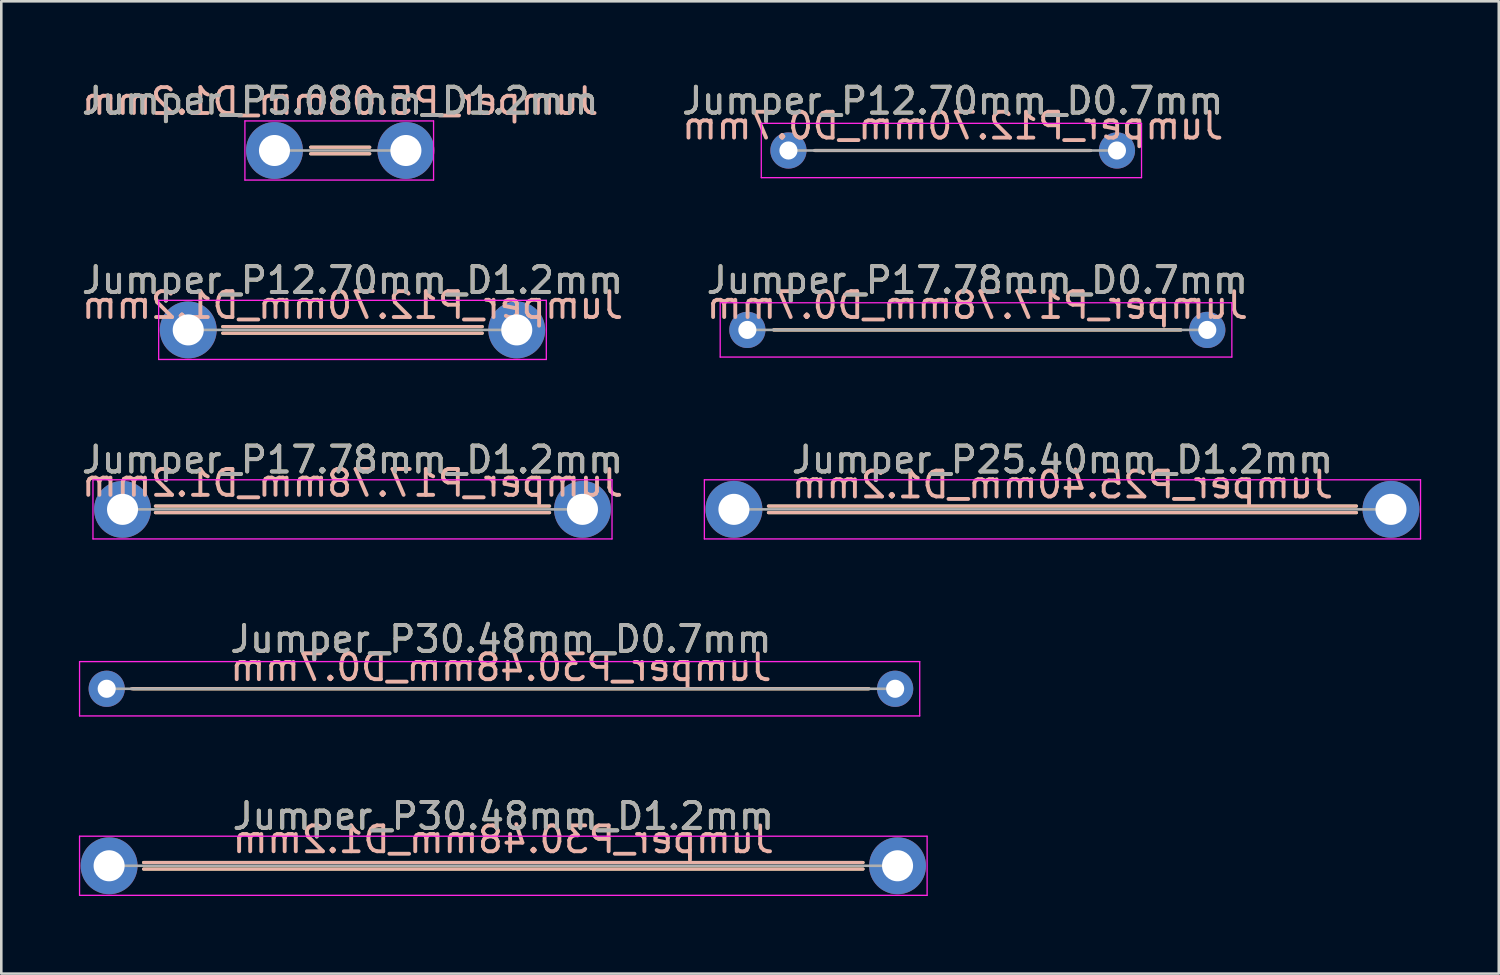
<source format=kicad_pcb>
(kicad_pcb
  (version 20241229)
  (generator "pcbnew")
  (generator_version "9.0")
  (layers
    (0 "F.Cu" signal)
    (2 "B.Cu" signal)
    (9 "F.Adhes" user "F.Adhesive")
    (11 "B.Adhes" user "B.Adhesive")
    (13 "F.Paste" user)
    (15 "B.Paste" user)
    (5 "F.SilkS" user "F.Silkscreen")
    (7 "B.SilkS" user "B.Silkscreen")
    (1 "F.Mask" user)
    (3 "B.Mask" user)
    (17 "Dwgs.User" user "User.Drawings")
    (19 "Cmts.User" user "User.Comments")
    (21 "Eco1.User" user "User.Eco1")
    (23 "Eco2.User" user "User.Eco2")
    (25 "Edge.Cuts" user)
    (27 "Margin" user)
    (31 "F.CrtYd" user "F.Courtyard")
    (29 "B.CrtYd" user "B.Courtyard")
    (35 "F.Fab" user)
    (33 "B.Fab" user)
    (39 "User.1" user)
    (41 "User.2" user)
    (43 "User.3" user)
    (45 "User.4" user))
  (footprint "Jumper_P30.48mm_D0.7mm"
    (layer "F.Cu")
    (at 1.075 23.577)
    (property "Reference" "Jumper_P30.48mm_D0.7mm" (at 15.24 -1.92 0) (layer "F.SilkS") (effects (font (size 1 1) (thickness 0.15))))
    (fp_line (start 1.016 0) (end 29.464 0) (stroke (width 0.12) (type solid)) (layer "F.SilkS"))
    (fp_line (start 29.464 0) (end 0.953 0) (stroke (width 0.12) (type solid)) (layer "B.SilkS"))
    (fp_line (start -1.05 -1.05) (end -1.05 1.05) (stroke (width 0.05) (type solid)) (layer "F.CrtYd"))
    (fp_line (start -1.05 1.05) (end 31.43 1.05) (stroke (width 0.05) (type solid)) (layer "F.CrtYd"))
    (fp_line (start 31.43 -1.05) (end -1.05 -1.05) (stroke (width 0.05) (type solid)) (layer "F.CrtYd"))
    (fp_line (start 31.43 1.05) (end 31.43 -1.05) (stroke (width 0.05) (type solid)) (layer "F.CrtYd"))
    (fp_line (start 0 0) (end 30.48 0) (stroke (width 0.1) (type solid)) (layer "F.Fab"))
    (fp_text user "${REFERENCE}" (at 15.24 -0.826 0) (layer "B.SilkS") (effects (font (size 1 1) (thickness 0.15)) (justify mirror)))
    (fp_text user "${REFERENCE}" (at 15.24 -1.92 0) (layer "F.Fab") (effects (font (size 1 1) (thickness 0.15))))
    (pad "1" thru_hole circle (at 0 0) (size 1.4 1.4) (drill 0.7) (layers "*.Cu" "*.Mask"))
    (pad "2" thru_hole oval (at 30.48 0) (size 1.4 1.4) (drill 0.7) (layers "*.Cu" "*.Mask")))
  (footprint "Jumper_P5.08mm_D1.2mm"
    (layer "F.Cu")
    (at 7.561 2.768)
    (property "Reference" "Jumper_P5.08mm_D1.2mm" (at 2.54 -1.92 0) (layer "F.SilkS") (effects (font (size 1 1) (thickness 0.15))))
    (fp_line (start 1.397 -0.127) (end 3.683 -0.127) (stroke (width 0.12) (type solid)) (layer "F.SilkS"))
    (fp_line (start 1.397 0.127) (end 3.683 0.127) (stroke (width 0.12) (type solid)) (layer "F.SilkS"))
    (fp_line (start 1.397 0.127) (end 3.683 0.127) (stroke (width 0.12) (type solid)) (layer "B.SilkS"))
    (fp_line (start 3.683 -0.127) (end 1.397 -0.127) (stroke (width 0.12) (type solid)) (layer "B.SilkS"))
    (fp_line (start -1.143 -1.143) (end -1.143 1.143) (stroke (width 0.05) (type solid)) (layer "F.CrtYd"))
    (fp_line (start -1.143 1.143) (end 6.15 1.143) (stroke (width 0.05) (type solid)) (layer "F.CrtYd"))
    (fp_line (start 6.15 -1.143) (end -1.143 -1.143) (stroke (width 0.05) (type solid)) (layer "F.CrtYd"))
    (fp_line (start 6.15 1.143) (end 6.15 -1.143) (stroke (width 0.05) (type solid)) (layer "F.CrtYd"))
    (fp_line (start 0 0) (end 5.08 0) (stroke (width 0.1) (type solid)) (layer "F.Fab"))
    (fp_text user "${REFERENCE}" (at 2.54 -1.905 0) (layer "B.SilkS") (effects (font (size 1 1) (thickness 0.15)) (justify mirror)))
    (fp_text user "${REFERENCE}" (at 2.54 -1.92 0) (layer "F.Fab") (effects (font (size 1 1) (thickness 0.15))))
    (pad "1" thru_hole circle (at 0 0) (size 2.2 2.2) (drill 1.2) (layers "*.Cu" "*.Mask"))
    (pad "2" thru_hole circle (at 5.08 0) (size 2.2 2.2) (drill 1.2) (layers "*.Cu" "*.Mask")))
  (footprint "Jumper_P12.70mm_D0.7mm"
    (layer "F.Cu")
    (at 27.43 2.768)
    (property "Reference" "Jumper_P12.70mm_D0.7mm" (at 6.35 -1.92 0) (layer "F.SilkS") (effects (font (size 1 1) (thickness 0.15))))
    (fp_line (start 1.016 0) (end 11.684 0) (stroke (width 0.12) (type solid)) (layer "F.SilkS"))
    (fp_line (start 11.684 0) (end 1.016 0) (stroke (width 0.12) (type solid)) (layer "B.SilkS"))
    (fp_line (start -1.05 -1.05) (end -1.05 1.05) (stroke (width 0.05) (type solid)) (layer "F.CrtYd"))
    (fp_line (start -1.05 1.05) (end 13.65 1.05) (stroke (width 0.05) (type solid)) (layer "F.CrtYd"))
    (fp_line (start 13.65 -1.05) (end -1.05 -1.05) (stroke (width 0.05) (type solid)) (layer "F.CrtYd"))
    (fp_line (start 13.65 1.05) (end 13.65 -1.05) (stroke (width 0.05) (type solid)) (layer "F.CrtYd"))
    (fp_line (start 0 0) (end 12.7 0) (stroke (width 0.1) (type solid)) (layer "F.Fab"))
    (fp_text user "${REFERENCE}" (at 6.35 -0.953 0) (layer "B.SilkS") (effects (font (size 1 1) (thickness 0.15)) (justify mirror)))
    (fp_text user "${REFERENCE}" (at 6.35 -1.92 0) (layer "F.Fab") (effects (font (size 1 1) (thickness 0.15))))
    (pad "1" thru_hole circle (at 0 0) (size 1.4 1.4) (drill 0.7) (layers "*.Cu" "*.Mask"))
    (pad "2" thru_hole oval (at 12.7 0) (size 1.4 1.4) (drill 0.7) (layers "*.Cu" "*.Mask")))
  (footprint "Jumper_P12.70mm_D1.2mm"
    (layer "F.Cu")
    (at 4.227 9.704)
    (property "Reference" "Jumper_P12.70mm_D1.2mm" (at 6.35 -1.92 0) (layer "F.SilkS") (effects (font (size 1 1) (thickness 0.15))))
    (fp_line (start 1.333 -0.127) (end 11.367 -0.127) (stroke (width 0.12) (type solid)) (layer "F.SilkS"))
    (fp_line (start 1.333 0.127) (end 11.367 0.127) (stroke (width 0.12) (type solid)) (layer "F.SilkS"))
    (fp_line (start 1.333 0.127) (end 11.367 0.127) (stroke (width 0.12) (type solid)) (layer "B.SilkS"))
    (fp_line (start 11.367 -0.127) (end 1.333 -0.127) (stroke (width 0.12) (type solid)) (layer "B.SilkS"))
    (fp_line (start -1.143 -1.143) (end -1.143 1.143) (stroke (width 0.05) (type solid)) (layer "F.CrtYd"))
    (fp_line (start -1.143 1.143) (end 13.843 1.143) (stroke (width 0.05) (type solid)) (layer "F.CrtYd"))
    (fp_line (start 13.843 -1.143) (end -1.143 -1.143) (stroke (width 0.05) (type solid)) (layer "F.CrtYd"))
    (fp_line (start 13.843 1.143) (end 13.843 -1.143) (stroke (width 0.05) (type solid)) (layer "F.CrtYd"))
    (fp_line (start 0 0) (end 12.7 0) (stroke (width 0.1) (type solid)) (layer "F.Fab"))
    (fp_text user "${REFERENCE}" (at 6.35 -0.953 0) (layer "B.SilkS") (effects (font (size 1 1) (thickness 0.15)) (justify mirror)))
    (fp_text user "${REFERENCE}" (at 6.35 -1.92 0) (layer "F.Fab") (effects (font (size 1 1) (thickness 0.15))))
    (pad "1" thru_hole circle (at 0 0) (size 2.2 2.2) (drill 1.2) (layers "*.Cu" "*.Mask"))
    (pad "2" thru_hole oval (at 12.7 0) (size 2.2 2.2) (drill 1.2) (layers "*.Cu" "*.Mask")))
  (footprint "Jumper_P30.48mm_D1.2mm"
    (layer "F.Cu")
    (at 1.168 30.42)
    (property "Reference" "Jumper_P30.48mm_D1.2mm" (at 15.24 -1.92 0) (layer "F.SilkS") (effects (font (size 1 1) (thickness 0.15))))
    (fp_line (start 1.333 -0.127) (end 29.146 -0.127) (stroke (width 0.12) (type solid)) (layer "F.SilkS"))
    (fp_line (start 1.333 0.127) (end 29.146 0.127) (stroke (width 0.12) (type solid)) (layer "F.SilkS"))
    (fp_line (start 1.333 0.127) (end 29.146 0.127) (stroke (width 0.12) (type solid)) (layer "B.SilkS"))
    (fp_line (start 29.146 -0.127) (end 1.333 -0.127) (stroke (width 0.12) (type solid)) (layer "B.SilkS"))
    (fp_line (start -1.143 -1.143) (end -1.143 1.143) (stroke (width 0.05) (type solid)) (layer "F.CrtYd"))
    (fp_line (start -1.143 1.143) (end 31.623 1.143) (stroke (width 0.05) (type solid)) (layer "F.CrtYd"))
    (fp_line (start 31.623 -1.143) (end -1.143 -1.143) (stroke (width 0.05) (type solid)) (layer "F.CrtYd"))
    (fp_line (start 31.623 1.143) (end 31.623 -1.143) (stroke (width 0.05) (type solid)) (layer "F.CrtYd"))
    (fp_line (start 0 0) (end 30.48 0) (stroke (width 0.1) (type solid)) (layer "F.Fab"))
    (fp_text user "${REFERENCE}" (at 15.24 -1.016 0) (layer "B.SilkS") (effects (font (size 1 1) (thickness 0.15)) (justify mirror)))
    (fp_text user "${REFERENCE}" (at 15.24 -1.92 0) (layer "F.Fab") (effects (font (size 1 1) (thickness 0.15))))
    (pad "1" thru_hole circle (at 0 0) (size 2.2 2.2) (drill 1.2) (layers "*.Cu" "*.Mask"))
    (pad "2" thru_hole oval (at 30.48 0) (size 2.2 2.2) (drill 1.2) (layers "*.Cu" "*.Mask")))
  (footprint "Jumper_P25.40mm_D1.2mm"
    (layer "F.Cu")
    (at 25.323 16.641)
    (property "Reference" "Jumper_P25.40mm_D1.2mm" (at 12.7 -1.92 0) (layer "F.SilkS") (effects (font (size 1 1) (thickness 0.15))))
    (fp_line (start 1.333 -0.127) (end 24.067 -0.127) (stroke (width 0.12) (type solid)) (layer "F.SilkS"))
    (fp_line (start 1.333 0.127) (end 24.067 0.127) (stroke (width 0.12) (type solid)) (layer "F.SilkS"))
    (fp_line (start 1.333 0.127) (end 24.067 0.127) (stroke (width 0.12) (type solid)) (layer "B.SilkS"))
    (fp_line (start 24.067 -0.127) (end 1.333 -0.127) (stroke (width 0.12) (type solid)) (layer "B.SilkS"))
    (fp_line (start -1.143 -1.143) (end -1.143 1.143) (stroke (width 0.05) (type solid)) (layer "F.CrtYd"))
    (fp_line (start -1.143 1.143) (end 26.543 1.143) (stroke (width 0.05) (type solid)) (layer "F.CrtYd"))
    (fp_line (start 26.543 -1.143) (end -1.143 -1.143) (stroke (width 0.05) (type solid)) (layer "F.CrtYd"))
    (fp_line (start 26.543 1.143) (end 26.543 -1.143) (stroke (width 0.05) (type solid)) (layer "F.CrtYd"))
    (fp_line (start 0 0) (end 25.4 0) (stroke (width 0.1) (type solid)) (layer "F.Fab"))
    (fp_text user "${REFERENCE}" (at 12.7 -0.953 0) (layer "B.SilkS") (effects (font (size 1 1) (thickness 0.15)) (justify mirror)))
    (fp_text user "${REFERENCE}" (at 12.7 -1.92 0) (layer "F.Fab") (effects (font (size 1 1) (thickness 0.15))))
    (pad "1" thru_hole circle (at 0 0) (size 2.2 2.2) (drill 1.2) (layers "*.Cu" "*.Mask"))
    (pad "2" thru_hole oval (at 25.4 0) (size 2.2 2.2) (drill 1.2) (layers "*.Cu" "*.Mask")))
  (footprint "Jumper_P17.78mm_D0.7mm"
    (layer "F.Cu")
    (at 25.842 9.704)
    (property "Reference" "Jumper_P17.78mm_D0.7mm" (at 8.89 -1.92 0) (layer "F.SilkS") (effects (font (size 1 1) (thickness 0.15))))
    (fp_line (start 1.016 0) (end 16.764 0) (stroke (width 0.12) (type solid)) (layer "F.SilkS"))
    (fp_line (start 1.016 0) (end 16.764 0) (stroke (width 0.12) (type solid)) (layer "B.SilkS"))
    (fp_line (start -1.05 -1.05) (end -1.05 1.05) (stroke (width 0.05) (type solid)) (layer "F.CrtYd"))
    (fp_line (start -1.05 1.05) (end 18.73 1.05) (stroke (width 0.05) (type solid)) (layer "F.CrtYd"))
    (fp_line (start 18.73 -1.05) (end -1.05 -1.05) (stroke (width 0.05) (type solid)) (layer "F.CrtYd"))
    (fp_line (start 18.73 1.05) (end 18.73 -1.05) (stroke (width 0.05) (type solid)) (layer "F.CrtYd"))
    (fp_line (start 0 0) (end 17.78 0) (stroke (width 0.1) (type solid)) (layer "F.Fab"))
    (fp_text user "${REFERENCE}" (at 8.89 -0.953 0) (layer "B.SilkS") (effects (font (size 1 1) (thickness 0.15)) (justify mirror)))
    (fp_text user "${REFERENCE}" (at 8.89 -1.92 0) (layer "F.Fab") (effects (font (size 1 1) (thickness 0.15))))
    (pad "1" thru_hole circle (at 0 0) (size 1.4 1.4) (drill 0.7) (layers "*.Cu" "*.Mask"))
    (pad "2" thru_hole oval (at 17.78 0) (size 1.4 1.4) (drill 0.7) (layers "*.Cu" "*.Mask")))
  (footprint "Jumper_P17.78mm_D1.2mm"
    (layer "F.Cu")
    (at 1.687 16.641)
    (property "Reference" "Jumper_P17.78mm_D1.2mm" (at 8.89 -1.92 0) (layer "F.SilkS") (effects (font (size 1 1) (thickness 0.15))))
    (fp_line (start 1.27 -0.127) (end 16.51 -0.127) (stroke (width 0.12) (type solid)) (layer "F.SilkS"))
    (fp_line (start 1.27 0.127) (end 16.51 0.127) (stroke (width 0.12) (type solid)) (layer "F.SilkS"))
    (fp_line (start 1.27 0.127) (end 16.51 0.127) (stroke (width 0.12) (type solid)) (layer "B.SilkS"))
    (fp_line (start 16.51 -0.127) (end 1.27 -0.127) (stroke (width 0.12) (type solid)) (layer "B.SilkS"))
    (fp_line (start -1.143 -1.143) (end -1.143 1.143) (stroke (width 0.05) (type solid)) (layer "F.CrtYd"))
    (fp_line (start -1.143 1.143) (end 18.923 1.143) (stroke (width 0.05) (type solid)) (layer "F.CrtYd"))
    (fp_line (start 18.923 -1.143) (end -1.143 -1.143) (stroke (width 0.05) (type solid)) (layer "F.CrtYd"))
    (fp_line (start 18.923 1.143) (end 18.923 -1.143) (stroke (width 0.05) (type solid)) (layer "F.CrtYd"))
    (fp_line (start 0 0) (end 17.78 0) (stroke (width 0.1) (type solid)) (layer "F.Fab"))
    (fp_text user "${REFERENCE}" (at 8.89 -1.016 0) (layer "B.SilkS") (effects (font (size 1 1) (thickness 0.15)) (justify mirror)))
    (fp_text user "${REFERENCE}" (at 8.89 -1.92 0) (layer "F.Fab") (effects (font (size 1 1) (thickness 0.15))))
    (pad "1" thru_hole circle (at 0 0) (size 2.2 2.2) (drill 1.2) (layers "*.Cu" "*.Mask"))
    (pad "2" thru_hole oval (at 17.78 0) (size 2.2 2.2) (drill 1.2) (layers "*.Cu" "*.Mask")))
  (gr_rect
    (start -3 -3)
    (end 54.891 34.588)
    (stroke (width 0.1) (type default))
    (fill no)
    (layer "Edge.Cuts")))
</source>
